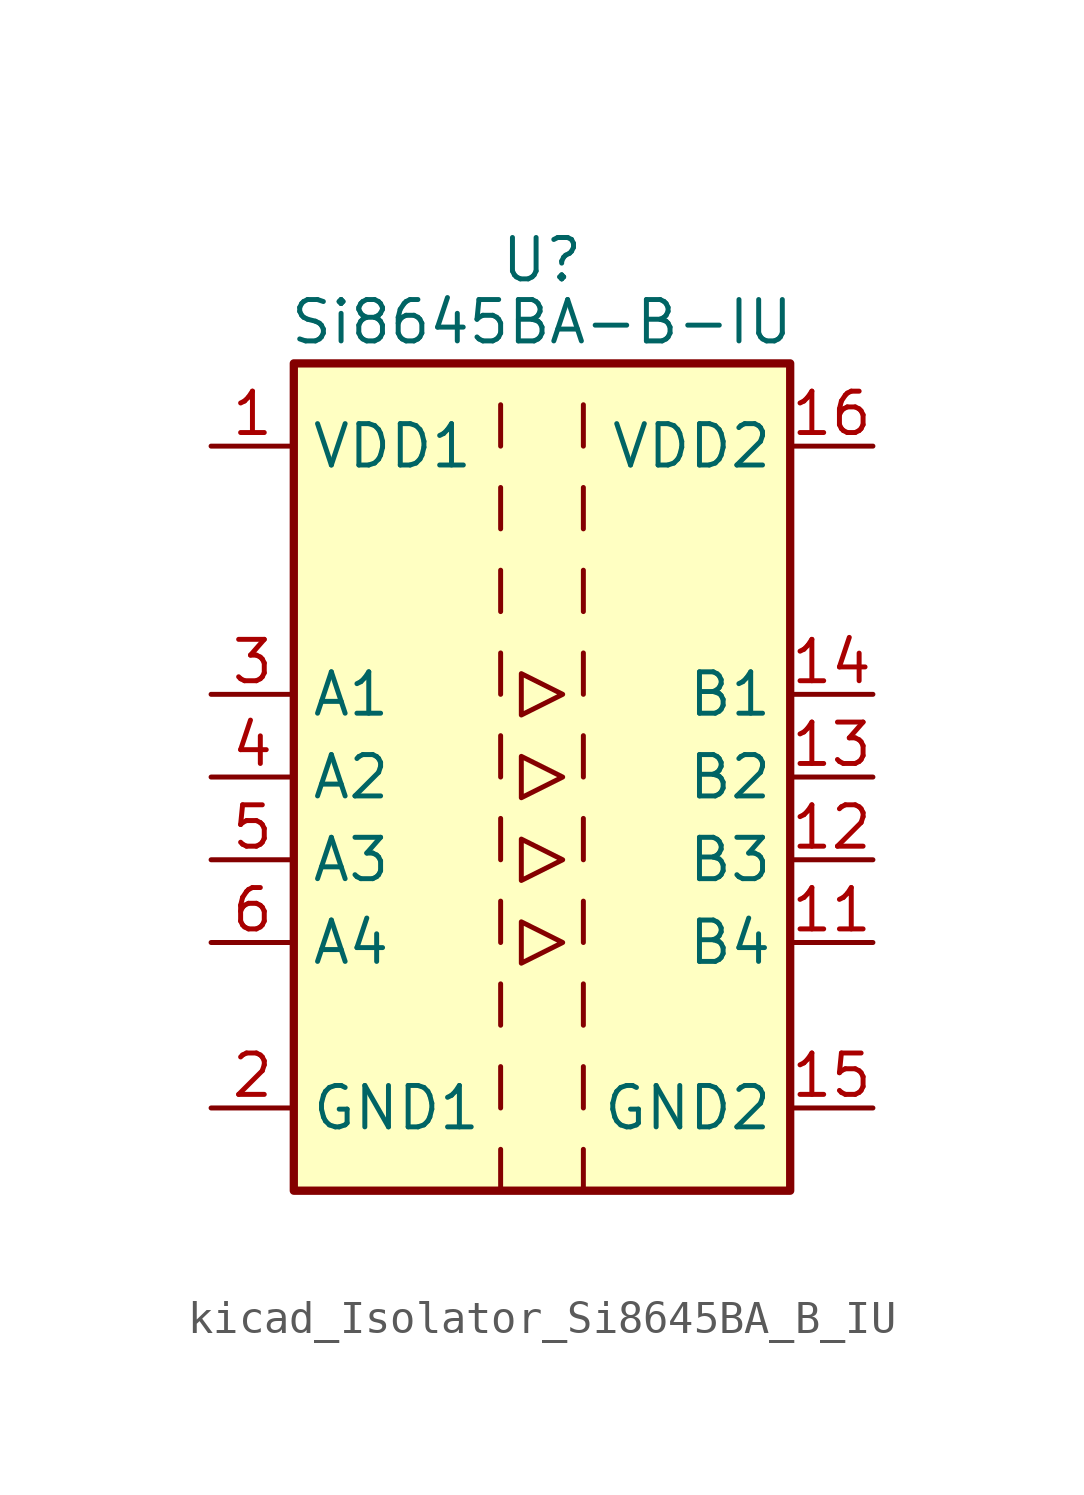
<source format=kicad_sym>
(kicad_symbol_lib
  (version 20220914)
  (generator kicad_symbol_editor)
  (symbol "kicad_Isolator_Si8645BA_B_IU"
    (property "Reference" "U"
      (at 0 15.875 0)
      (effects (font (size 1.27 1.27))))
    (property "Value" "Si8645BA-B-IU"
      (at 0 13.97 0)
      (effects (font (size 1.27 1.27))))
    (symbol "kicad_Isolator_Si8645BA_B_IU_0_1"
      (rectangle (start -7.62 12.7) (end 7.62 -12.7) (stroke (width 0.254) (type default)) (fill (type background)))
      (polyline (pts (xy -1.27 -11.43) (xy -1.27 -12.7)) (stroke (width 0) (type default)) (fill (type none)))
      (polyline (pts (xy -1.27 -8.89) (xy -1.27 -10.16)) (stroke (width 0) (type default)) (fill (type none)))
      (polyline (pts (xy -1.27 -6.35) (xy -1.27 -7.62)) (stroke (width 0) (type default)) (fill (type none)))
      (polyline (pts (xy -1.27 -3.81) (xy -1.27 -5.08)) (stroke (width 0) (type default)) (fill (type none)))
      (polyline (pts (xy -1.27 -1.27) (xy -1.27 -2.54)) (stroke (width 0) (type default)) (fill (type none)))
      (polyline (pts (xy -1.27 1.27) (xy -1.27 0)) (stroke (width 0) (type default)) (fill (type none)))
      (polyline (pts (xy -1.27 3.81) (xy -1.27 2.54)) (stroke (width 0) (type default)) (fill (type none)))
      (polyline (pts (xy -1.27 6.35) (xy -1.27 5.08)) (stroke (width 0) (type default)) (fill (type none)))
      (polyline (pts (xy -1.27 8.89) (xy -1.27 7.62)) (stroke (width 0) (type default)) (fill (type none)))
      (polyline (pts (xy -1.27 11.43) (xy -1.27 10.16)) (stroke (width 0) (type default)) (fill (type none)))
      (polyline (pts (xy 1.27 -11.43) (xy 1.27 -12.7)) (stroke (width 0) (type default)) (fill (type none)))
      (polyline (pts (xy 1.27 -8.89) (xy 1.27 -10.16)) (stroke (width 0) (type default)) (fill (type none)))
      (polyline (pts (xy 1.27 -6.35) (xy 1.27 -7.62)) (stroke (width 0) (type default)) (fill (type none)))
      (polyline (pts (xy 1.27 -3.81) (xy 1.27 -5.08)) (stroke (width 0) (type default)) (fill (type none)))
      (polyline (pts (xy 1.27 -1.27) (xy 1.27 -2.54)) (stroke (width 0) (type default)) (fill (type none)))
      (polyline (pts (xy 1.27 1.27) (xy 1.27 0)) (stroke (width 0) (type default)) (fill (type none)))
      (polyline (pts (xy 1.27 3.81) (xy 1.27 2.54)) (stroke (width 0) (type default)) (fill (type none)))
      (polyline (pts (xy 1.27 6.35) (xy 1.27 5.08)) (stroke (width 0) (type default)) (fill (type none)))
      (polyline (pts (xy 1.27 8.89) (xy 1.27 7.62)) (stroke (width 0) (type default)) (fill (type none)))
      (polyline (pts (xy 1.27 11.43) (xy 1.27 10.16)) (stroke (width 0) (type default)) (fill (type none)))
      (polyline (pts (xy -0.635 0.635) (xy -0.635 -0.635) (xy 0.635 0) (xy -0.635 0.635)) (stroke (width 0) (type default)) (fill (type none)))
      (polyline (pts (xy -0.635 3.175) (xy -0.635 1.905) (xy 0.635 2.54) (xy -0.635 3.175)) (stroke (width 0) (type default)) (fill (type none)))
      (polyline (pts (xy 0.635 -5.08) (xy -0.635 -4.445) (xy -0.635 -5.715) (xy 0.635 -5.08)) (stroke (width 0) (type default)) (fill (type none)))
      (polyline (pts (xy 0.635 -2.54) (xy -0.635 -1.905) (xy -0.635 -3.175) (xy 0.635 -2.54)) (stroke (width 0) (type default)) (fill (type none))))
    (symbol "kicad_Isolator_Si8645BA_B_IU_1_1"
      (pin power_in line (at -10.16 10.16 0) (length 2.54) (name "VDD1" (effects (font (size 1.27 1.27)))) (number "1" (effects (font (size 1.27 1.27)))))
      (pin no_connect line (at 7.62 7.62 180) (length 2.54) hide (name "NC" (effects (font (size 1.27 1.27)))) (number "10" (effects (font (size 1.27 1.27)))))
      (pin output line (at 10.16 -5.08 180) (length 2.54) (name "B4" (effects (font (size 1.27 1.27)))) (number "11" (effects (font (size 1.27 1.27)))))
      (pin output line (at 10.16 -2.54 180) (length 2.54) (name "B3" (effects (font (size 1.27 1.27)))) (number "12" (effects (font (size 1.27 1.27)))))
      (pin output line (at 10.16 0 180) (length 2.54) (name "B2" (effects (font (size 1.27 1.27)))) (number "13" (effects (font (size 1.27 1.27)))))
      (pin output line (at 10.16 2.54 180) (length 2.54) (name "B1" (effects (font (size 1.27 1.27)))) (number "14" (effects (font (size 1.27 1.27)))))
      (pin power_in line (at 10.16 -10.16 180) (length 2.54) (name "GND2" (effects (font (size 1.27 1.27)))) (number "15" (effects (font (size 1.27 1.27)))))
      (pin power_in line (at 10.16 10.16 180) (length 2.54) (name "VDD2" (effects (font (size 1.27 1.27)))) (number "16" (effects (font (size 1.27 1.27)))))
      (pin power_in line (at -10.16 -10.16 0) (length 2.54) (name "GND1" (effects (font (size 1.27 1.27)))) (number "2" (effects (font (size 1.27 1.27)))))
      (pin input line (at -10.16 2.54 0) (length 2.54) (name "A1" (effects (font (size 1.27 1.27)))) (number "3" (effects (font (size 1.27 1.27)))))
      (pin input line (at -10.16 0 0) (length 2.54) (name "A2" (effects (font (size 1.27 1.27)))) (number "4" (effects (font (size 1.27 1.27)))))
      (pin input line (at -10.16 -2.54 0) (length 2.54) (name "A3" (effects (font (size 1.27 1.27)))) (number "5" (effects (font (size 1.27 1.27)))))
      (pin input line (at -10.16 -5.08 0) (length 2.54) (name "A4" (effects (font (size 1.27 1.27)))) (number "6" (effects (font (size 1.27 1.27)))))
      (pin no_connect line (at -7.62 7.62 0) (length 2.54) hide (name "NC" (effects (font (size 1.27 1.27)))) (number "7" (effects (font (size 1.27 1.27)))))
      (pin passive line (at -10.16 -10.16 0) (length 2.54) hide (name "GND1" (effects (font (size 1.27 1.27)))) (number "8" (effects (font (size 1.27 1.27)))))
      (pin passive line (at 10.16 -10.16 180) (length 2.54) hide (name "GND2" (effects (font (size 1.27 1.27)))) (number "9" (effects (font (size 1.27 1.27))))))))
</source>
